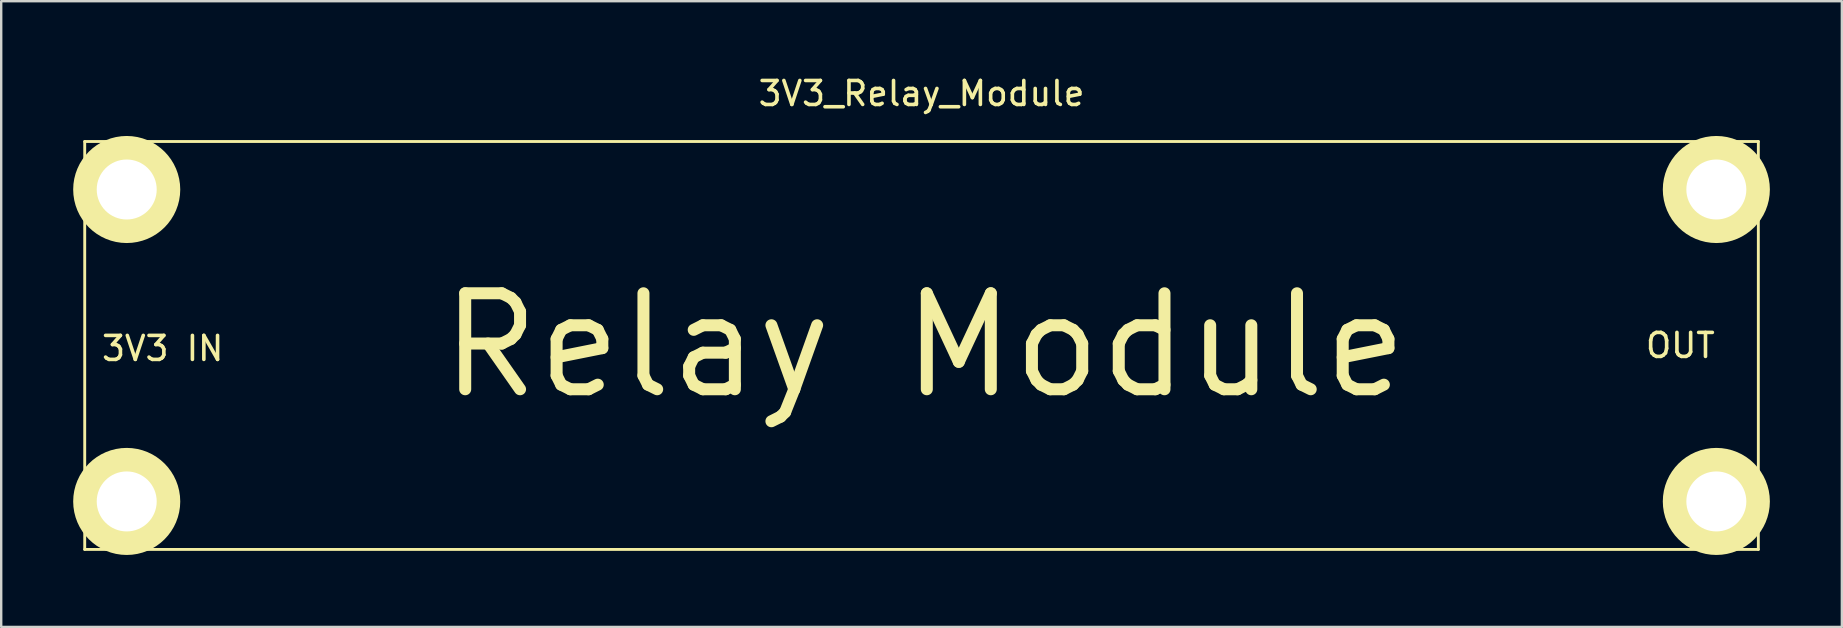
<source format=kicad_pcb>
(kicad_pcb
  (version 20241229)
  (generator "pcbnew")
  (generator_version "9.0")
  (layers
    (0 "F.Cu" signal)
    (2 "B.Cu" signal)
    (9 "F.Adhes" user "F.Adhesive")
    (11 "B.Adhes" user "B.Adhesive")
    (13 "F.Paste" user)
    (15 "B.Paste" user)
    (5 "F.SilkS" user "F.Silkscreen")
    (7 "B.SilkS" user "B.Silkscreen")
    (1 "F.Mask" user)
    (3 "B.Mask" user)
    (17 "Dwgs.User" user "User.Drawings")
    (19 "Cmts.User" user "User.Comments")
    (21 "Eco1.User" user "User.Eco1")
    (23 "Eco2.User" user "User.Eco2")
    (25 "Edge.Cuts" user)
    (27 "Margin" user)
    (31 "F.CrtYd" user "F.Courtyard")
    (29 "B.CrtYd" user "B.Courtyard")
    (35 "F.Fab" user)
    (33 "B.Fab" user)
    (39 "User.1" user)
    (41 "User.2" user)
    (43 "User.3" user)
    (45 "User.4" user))
  (footprint "3V3_Relay_Module"
    (layer "F.Cu")
    (at 35.356 11.348)
    (property "Reference" "3V3_Relay_Module" (at 0 -10.5 0) (layer "F.SilkS") (effects (font (size 1 1) (thickness 0.15))))
    (attr through_hole)
    (fp_line (start -34.875 -8.5) (end -34.875 8.5) (stroke (width 0.12) (type solid)) (layer "F.SilkS"))
    (fp_line (start -34.875 8.5) (end 34.875 8.5) (stroke (width 0.12) (type solid)) (layer "F.SilkS"))
    (fp_line (start 34.875 -8.5) (end -34.875 -8.5) (stroke (width 0.12) (type solid)) (layer "F.SilkS"))
    (fp_line (start 34.875 8.5) (end 34.875 -8.5) (stroke (width 0.12) (type solid)) (layer "F.SilkS"))
    (fp_circle (center -33.125 -6.5) (end -31.894 -6.5) (stroke (width 2) (type solid)) (fill no) (layer "F.SilkS"))
    (fp_circle (center -33.125 6.5) (end -31.894 6.5) (stroke (width 2) (type solid)) (fill no) (layer "F.SilkS"))
    (fp_circle (center 33.125 -6.5) (end 34.356 -6.5) (stroke (width 2) (type solid)) (fill no) (layer "F.SilkS"))
    (fp_circle (center 33.125 6.5) (end 34.356 6.5) (stroke (width 2) (type solid)) (fill no) (layer "F.SilkS"))
    (fp_text user "OUT" (at 31.625 0 0) (layer "F.SilkS") (effects (font (size 1 1) (thickness 0.15))))
    (fp_text user "3V3 IN" (at -31.625 0.125 0) (layer "F.SilkS") (effects (font (size 1 1) (thickness 0.15))))
    (fp_text user "Relay Module" (at 0.125 0 0) (layer "F.SilkS") (effects (font (size 4 4) (thickness 0.5))))
    (pad "" np_thru_hole circle (at -33.125 -6.5) (size 2.5 2.5) (drill 2.5) (layers "*.Cu" "*.Mask"))
    (pad "" np_thru_hole circle (at -33.125 6.5) (size 2.5 2.5) (drill 2.5) (layers "*.Cu" "*.Mask"))
    (pad "" np_thru_hole circle (at 33.125 -6.5) (size 2.5 2.5) (drill 2.5) (layers "*.Cu" "*.Mask"))
    (pad "" np_thru_hole circle (at 33.125 6.5) (size 2.5 2.5) (drill 2.5) (layers "*.Cu" "*.Mask")))
  (gr_rect
    (start -3 -3)
    (end 73.712 23.079)
    (stroke (width 0.1) (type default))
    (fill no)
    (layer "Edge.Cuts")))
</source>
